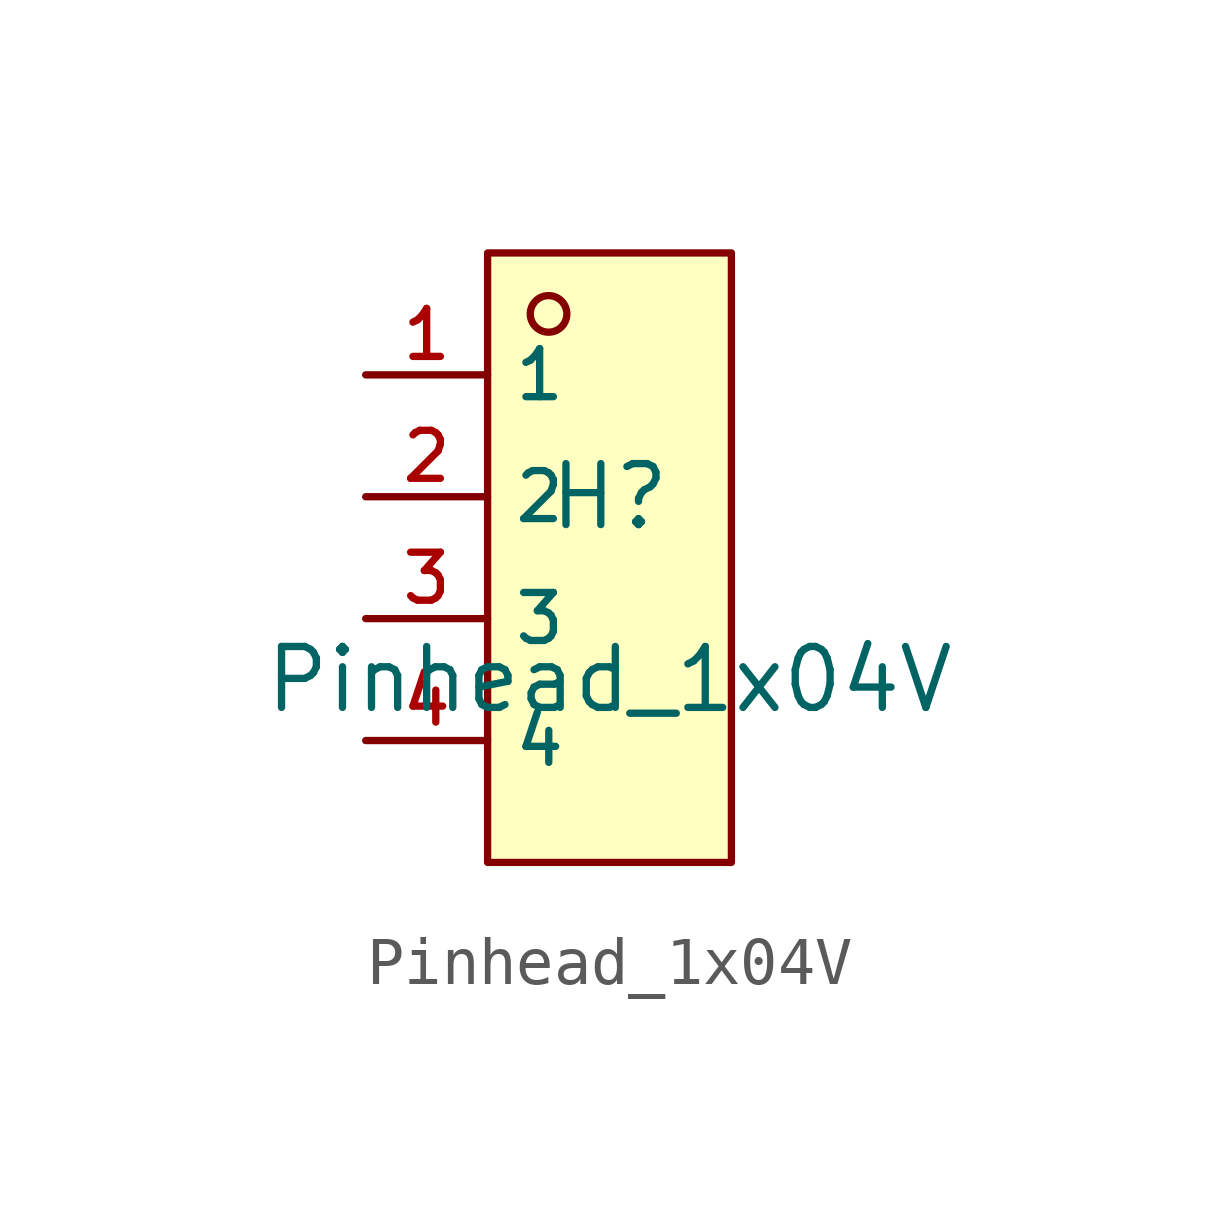
<source format=kicad_sym>
(kicad_symbol_lib
  (version 20231120)
  (generator "kicad_symbol_editor")
  (generator_version "8.0")
  (symbol "Pinhead_1x04V"
    (property "Reference" "H"
      (at 0 1.27 0)
      (effects (font (size 1.27 1.27))))
    (property "Value" "Pinhead_1x04V"
      (at 0 -2.54 0)
      (effects (font (size 1.27 1.27))))
    (symbol "Pinhead_1x04V_0_1"
      (rectangle (start -2.54 6.35) (end 2.54 -6.35) (stroke (width 0) (type default)) (fill (type background)))
      (circle (center -1.27 5.08) (radius 0.381) (stroke (width 0) (type default)) (fill (type background)))
      (pin unspecified line (at -5.08 3.81 0) (length 2.54) (name "1" (effects (font (size 1 1)))) (number "1" (effects (font (size 1 1)))))
      (pin unspecified line (at -5.08 1.27 0) (length 2.54) (name "2" (effects (font (size 1 1)))) (number "2" (effects (font (size 1 1)))))
      (pin unspecified line (at -5.08 -1.27 0) (length 2.54) (name "3" (effects (font (size 1 1)))) (number "3" (effects (font (size 1 1)))))
      (pin unspecified line (at -5.08 -3.81 0) (length 2.54) (name "4" (effects (font (size 1 1)))) (number "4" (effects (font (size 1 1))))))))
</source>
